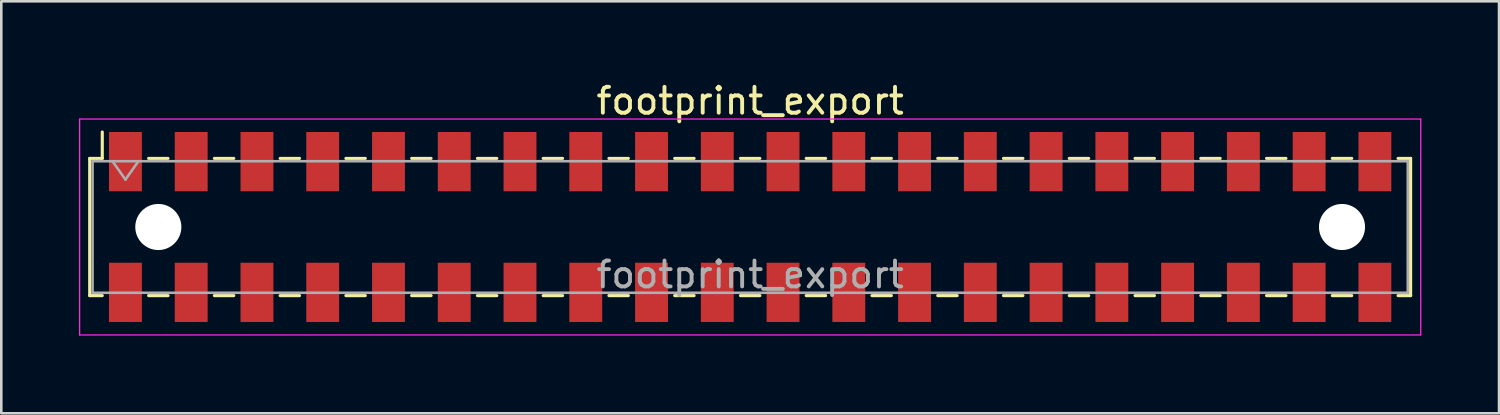
<source format=kicad_pcb>
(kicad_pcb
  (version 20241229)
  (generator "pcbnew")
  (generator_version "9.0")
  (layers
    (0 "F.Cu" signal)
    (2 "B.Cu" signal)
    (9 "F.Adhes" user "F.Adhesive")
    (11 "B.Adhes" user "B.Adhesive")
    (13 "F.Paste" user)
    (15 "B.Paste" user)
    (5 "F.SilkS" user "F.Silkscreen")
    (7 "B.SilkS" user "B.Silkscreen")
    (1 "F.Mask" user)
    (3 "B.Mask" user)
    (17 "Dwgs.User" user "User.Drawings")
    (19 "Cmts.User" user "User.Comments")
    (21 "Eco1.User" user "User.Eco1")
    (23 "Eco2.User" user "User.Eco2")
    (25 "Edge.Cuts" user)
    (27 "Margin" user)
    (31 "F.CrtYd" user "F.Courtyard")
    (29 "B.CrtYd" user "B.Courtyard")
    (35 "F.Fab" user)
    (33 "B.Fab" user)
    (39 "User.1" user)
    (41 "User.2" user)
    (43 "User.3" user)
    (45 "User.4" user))
  (footprint "footprint_export"
    (layer "F.Cu")
    (at 25.925 5.718)
    (property "Reference" "footprint_export" (at 0 -4.87 0) (layer "F.SilkS") (effects (font (size 1 1) (thickness 0.15))))
    (attr smd)
    (fp_line (start -25.51 -2.65) (end -25.51 2.65) (stroke (width 0.12) (type solid)) (layer "F.SilkS"))
    (fp_line (start -25.51 2.65) (end -25.025 2.65) (stroke (width 0.12) (type solid)) (layer "F.SilkS"))
    (fp_line (start -25.025 -3.67) (end -25.025 -2.65) (stroke (width 0.12) (type solid)) (layer "F.SilkS"))
    (fp_line (start -25.025 -2.65) (end -25.51 -2.65) (stroke (width 0.12) (type solid)) (layer "F.SilkS"))
    (fp_line (start -23.235 -2.65) (end -22.485 -2.65) (stroke (width 0.12) (type solid)) (layer "F.SilkS"))
    (fp_line (start -23.235 2.65) (end -22.485 2.65) (stroke (width 0.12) (type solid)) (layer "F.SilkS"))
    (fp_line (start -20.695 -2.65) (end -19.945 -2.65) (stroke (width 0.12) (type solid)) (layer "F.SilkS"))
    (fp_line (start -20.695 2.65) (end -19.945 2.65) (stroke (width 0.12) (type solid)) (layer "F.SilkS"))
    (fp_line (start -18.155 -2.65) (end -17.405 -2.65) (stroke (width 0.12) (type solid)) (layer "F.SilkS"))
    (fp_line (start -18.155 2.65) (end -17.405 2.65) (stroke (width 0.12) (type solid)) (layer "F.SilkS"))
    (fp_line (start -15.615 -2.65) (end -14.865 -2.65) (stroke (width 0.12) (type solid)) (layer "F.SilkS"))
    (fp_line (start -15.615 2.65) (end -14.865 2.65) (stroke (width 0.12) (type solid)) (layer "F.SilkS"))
    (fp_line (start -13.075 -2.65) (end -12.325 -2.65) (stroke (width 0.12) (type solid)) (layer "F.SilkS"))
    (fp_line (start -13.075 2.65) (end -12.325 2.65) (stroke (width 0.12) (type solid)) (layer "F.SilkS"))
    (fp_line (start -10.535 -2.65) (end -9.785 -2.65) (stroke (width 0.12) (type solid)) (layer "F.SilkS"))
    (fp_line (start -10.535 2.65) (end -9.785 2.65) (stroke (width 0.12) (type solid)) (layer "F.SilkS"))
    (fp_line (start -7.995 -2.65) (end -7.245 -2.65) (stroke (width 0.12) (type solid)) (layer "F.SilkS"))
    (fp_line (start -7.995 2.65) (end -7.245 2.65) (stroke (width 0.12) (type solid)) (layer "F.SilkS"))
    (fp_line (start -5.455 -2.65) (end -4.705 -2.65) (stroke (width 0.12) (type solid)) (layer "F.SilkS"))
    (fp_line (start -5.455 2.65) (end -4.705 2.65) (stroke (width 0.12) (type solid)) (layer "F.SilkS"))
    (fp_line (start -2.915 -2.65) (end -2.165 -2.65) (stroke (width 0.12) (type solid)) (layer "F.SilkS"))
    (fp_line (start -2.915 2.65) (end -2.165 2.65) (stroke (width 0.12) (type solid)) (layer "F.SilkS"))
    (fp_line (start -0.375 -2.65) (end 0.375 -2.65) (stroke (width 0.12) (type solid)) (layer "F.SilkS"))
    (fp_line (start -0.375 2.65) (end 0.375 2.65) (stroke (width 0.12) (type solid)) (layer "F.SilkS"))
    (fp_line (start 2.165 -2.65) (end 2.915 -2.65) (stroke (width 0.12) (type solid)) (layer "F.SilkS"))
    (fp_line (start 2.165 2.65) (end 2.915 2.65) (stroke (width 0.12) (type solid)) (layer "F.SilkS"))
    (fp_line (start 4.705 -2.65) (end 5.455 -2.65) (stroke (width 0.12) (type solid)) (layer "F.SilkS"))
    (fp_line (start 4.705 2.65) (end 5.455 2.65) (stroke (width 0.12) (type solid)) (layer "F.SilkS"))
    (fp_line (start 7.245 -2.65) (end 7.995 -2.65) (stroke (width 0.12) (type solid)) (layer "F.SilkS"))
    (fp_line (start 7.245 2.65) (end 7.995 2.65) (stroke (width 0.12) (type solid)) (layer "F.SilkS"))
    (fp_line (start 9.785 -2.65) (end 10.535 -2.65) (stroke (width 0.12) (type solid)) (layer "F.SilkS"))
    (fp_line (start 9.785 2.65) (end 10.535 2.65) (stroke (width 0.12) (type solid)) (layer "F.SilkS"))
    (fp_line (start 12.325 -2.65) (end 13.075 -2.65) (stroke (width 0.12) (type solid)) (layer "F.SilkS"))
    (fp_line (start 12.325 2.65) (end 13.075 2.65) (stroke (width 0.12) (type solid)) (layer "F.SilkS"))
    (fp_line (start 14.865 -2.65) (end 15.615 -2.65) (stroke (width 0.12) (type solid)) (layer "F.SilkS"))
    (fp_line (start 14.865 2.65) (end 15.615 2.65) (stroke (width 0.12) (type solid)) (layer "F.SilkS"))
    (fp_line (start 17.405 -2.65) (end 18.155 -2.65) (stroke (width 0.12) (type solid)) (layer "F.SilkS"))
    (fp_line (start 17.405 2.65) (end 18.155 2.65) (stroke (width 0.12) (type solid)) (layer "F.SilkS"))
    (fp_line (start 19.945 -2.65) (end 20.695 -2.65) (stroke (width 0.12) (type solid)) (layer "F.SilkS"))
    (fp_line (start 19.945 2.65) (end 20.695 2.65) (stroke (width 0.12) (type solid)) (layer "F.SilkS"))
    (fp_line (start 22.485 -2.65) (end 23.235 -2.65) (stroke (width 0.12) (type solid)) (layer "F.SilkS"))
    (fp_line (start 22.485 2.65) (end 23.235 2.65) (stroke (width 0.12) (type solid)) (layer "F.SilkS"))
    (fp_line (start 25.025 -2.65) (end 25.51 -2.65) (stroke (width 0.12) (type solid)) (layer "F.SilkS"))
    (fp_line (start 25.51 -2.65) (end 25.51 2.65) (stroke (width 0.12) (type solid)) (layer "F.SilkS"))
    (fp_line (start 25.51 2.65) (end 25.025 2.65) (stroke (width 0.12) (type solid)) (layer "F.SilkS"))
    (fp_line (start -25.9 -4.17) (end 25.9 -4.17) (stroke (width 0.05) (type solid)) (layer "F.CrtYd"))
    (fp_line (start -25.9 4.17) (end -25.9 -4.17) (stroke (width 0.05) (type solid)) (layer "F.CrtYd"))
    (fp_line (start 25.9 -4.17) (end 25.9 4.17) (stroke (width 0.05) (type solid)) (layer "F.CrtYd"))
    (fp_line (start 25.9 4.17) (end -25.9 4.17) (stroke (width 0.05) (type solid)) (layer "F.CrtYd"))
    (fp_line (start -25.4 -2.54) (end 25.4 -2.54) (stroke (width 0.1) (type solid)) (layer "F.Fab"))
    (fp_line (start -25.4 2.54) (end -25.4 -2.54) (stroke (width 0.1) (type solid)) (layer "F.Fab"))
    (fp_line (start -24.63 -2.54) (end -24.13 -1.833) (stroke (width 0.1) (type solid)) (layer "F.Fab"))
    (fp_line (start -24.13 -1.833) (end -23.63 -2.54) (stroke (width 0.1) (type solid)) (layer "F.Fab"))
    (fp_line (start 25.4 -2.54) (end 25.4 2.54) (stroke (width 0.1) (type solid)) (layer "F.Fab"))
    (fp_line (start 25.4 2.54) (end -25.4 2.54) (stroke (width 0.1) (type solid)) (layer "F.Fab"))
    (fp_text user "${REFERENCE}" (at 0 1.84 0) (layer "F.Fab") (effects (font (size 1 1) (thickness 0.15))))
    (pad "" np_thru_hole circle (at -22.86 0) (size 1.78 1.78) (drill 1.78) (layers "*.Cu" "*.Mask"))
    (pad "" np_thru_hole circle (at 22.86 0) (size 1.78 1.78) (drill 1.78) (layers "*.Cu" "*.Mask"))
    (pad "1" smd rect (at -24.13 -2.525) (size 1.27 2.29) (layers "F.Cu" "F.Mask" "F.Paste"))
    (pad "2" smd rect (at -24.13 2.525) (size 1.27 2.29) (layers "F.Cu" "F.Mask" "F.Paste"))
    (pad "3" smd rect (at -21.59 -2.525) (size 1.27 2.29) (layers "F.Cu" "F.Mask" "F.Paste"))
    (pad "4" smd rect (at -21.59 2.525) (size 1.27 2.29) (layers "F.Cu" "F.Mask" "F.Paste"))
    (pad "5" smd rect (at -19.05 -2.525) (size 1.27 2.29) (layers "F.Cu" "F.Mask" "F.Paste"))
    (pad "6" smd rect (at -19.05 2.525) (size 1.27 2.29) (layers "F.Cu" "F.Mask" "F.Paste"))
    (pad "7" smd rect (at -16.51 -2.525) (size 1.27 2.29) (layers "F.Cu" "F.Mask" "F.Paste"))
    (pad "8" smd rect (at -16.51 2.525) (size 1.27 2.29) (layers "F.Cu" "F.Mask" "F.Paste"))
    (pad "9" smd rect (at -13.97 -2.525) (size 1.27 2.29) (layers "F.Cu" "F.Mask" "F.Paste"))
    (pad "10" smd rect (at -13.97 2.525) (size 1.27 2.29) (layers "F.Cu" "F.Mask" "F.Paste"))
    (pad "11" smd rect (at -11.43 -2.525) (size 1.27 2.29) (layers "F.Cu" "F.Mask" "F.Paste"))
    (pad "12" smd rect (at -11.43 2.525) (size 1.27 2.29) (layers "F.Cu" "F.Mask" "F.Paste"))
    (pad "13" smd rect (at -8.89 -2.525) (size 1.27 2.29) (layers "F.Cu" "F.Mask" "F.Paste"))
    (pad "14" smd rect (at -8.89 2.525) (size 1.27 2.29) (layers "F.Cu" "F.Mask" "F.Paste"))
    (pad "15" smd rect (at -6.35 -2.525) (size 1.27 2.29) (layers "F.Cu" "F.Mask" "F.Paste"))
    (pad "16" smd rect (at -6.35 2.525) (size 1.27 2.29) (layers "F.Cu" "F.Mask" "F.Paste"))
    (pad "17" smd rect (at -3.81 -2.525) (size 1.27 2.29) (layers "F.Cu" "F.Mask" "F.Paste"))
    (pad "18" smd rect (at -3.81 2.525) (size 1.27 2.29) (layers "F.Cu" "F.Mask" "F.Paste"))
    (pad "19" smd rect (at -1.27 -2.525) (size 1.27 2.29) (layers "F.Cu" "F.Mask" "F.Paste"))
    (pad "20" smd rect (at -1.27 2.525) (size 1.27 2.29) (layers "F.Cu" "F.Mask" "F.Paste"))
    (pad "21" smd rect (at 1.27 -2.525) (size 1.27 2.29) (layers "F.Cu" "F.Mask" "F.Paste"))
    (pad "22" smd rect (at 1.27 2.525) (size 1.27 2.29) (layers "F.Cu" "F.Mask" "F.Paste"))
    (pad "23" smd rect (at 3.81 -2.525) (size 1.27 2.29) (layers "F.Cu" "F.Mask" "F.Paste"))
    (pad "24" smd rect (at 3.81 2.525) (size 1.27 2.29) (layers "F.Cu" "F.Mask" "F.Paste"))
    (pad "25" smd rect (at 6.35 -2.525) (size 1.27 2.29) (layers "F.Cu" "F.Mask" "F.Paste"))
    (pad "26" smd rect (at 6.35 2.525) (size 1.27 2.29) (layers "F.Cu" "F.Mask" "F.Paste"))
    (pad "27" smd rect (at 8.89 -2.525) (size 1.27 2.29) (layers "F.Cu" "F.Mask" "F.Paste"))
    (pad "28" smd rect (at 8.89 2.525) (size 1.27 2.29) (layers "F.Cu" "F.Mask" "F.Paste"))
    (pad "29" smd rect (at 11.43 -2.525) (size 1.27 2.29) (layers "F.Cu" "F.Mask" "F.Paste"))
    (pad "30" smd rect (at 11.43 2.525) (size 1.27 2.29) (layers "F.Cu" "F.Mask" "F.Paste"))
    (pad "31" smd rect (at 13.97 -2.525) (size 1.27 2.29) (layers "F.Cu" "F.Mask" "F.Paste"))
    (pad "32" smd rect (at 13.97 2.525) (size 1.27 2.29) (layers "F.Cu" "F.Mask" "F.Paste"))
    (pad "33" smd rect (at 16.51 -2.525) (size 1.27 2.29) (layers "F.Cu" "F.Mask" "F.Paste"))
    (pad "34" smd rect (at 16.51 2.525) (size 1.27 2.29) (layers "F.Cu" "F.Mask" "F.Paste"))
    (pad "35" smd rect (at 19.05 -2.525) (size 1.27 2.29) (layers "F.Cu" "F.Mask" "F.Paste"))
    (pad "36" smd rect (at 19.05 2.525) (size 1.27 2.29) (layers "F.Cu" "F.Mask" "F.Paste"))
    (pad "37" smd rect (at 21.59 -2.525) (size 1.27 2.29) (layers "F.Cu" "F.Mask" "F.Paste"))
    (pad "38" smd rect (at 21.59 2.525) (size 1.27 2.29) (layers "F.Cu" "F.Mask" "F.Paste"))
    (pad "39" smd rect (at 24.13 -2.525) (size 1.27 2.29) (layers "F.Cu" "F.Mask" "F.Paste"))
    (pad "40" smd rect (at 24.13 2.525) (size 1.27 2.29) (layers "F.Cu" "F.Mask" "F.Paste")))
  (gr_rect
    (start -3 -3)
    (end 54.85 12.913)
    (stroke (width 0.1) (type default))
    (fill no)
    (layer "Edge.Cuts")))
</source>
